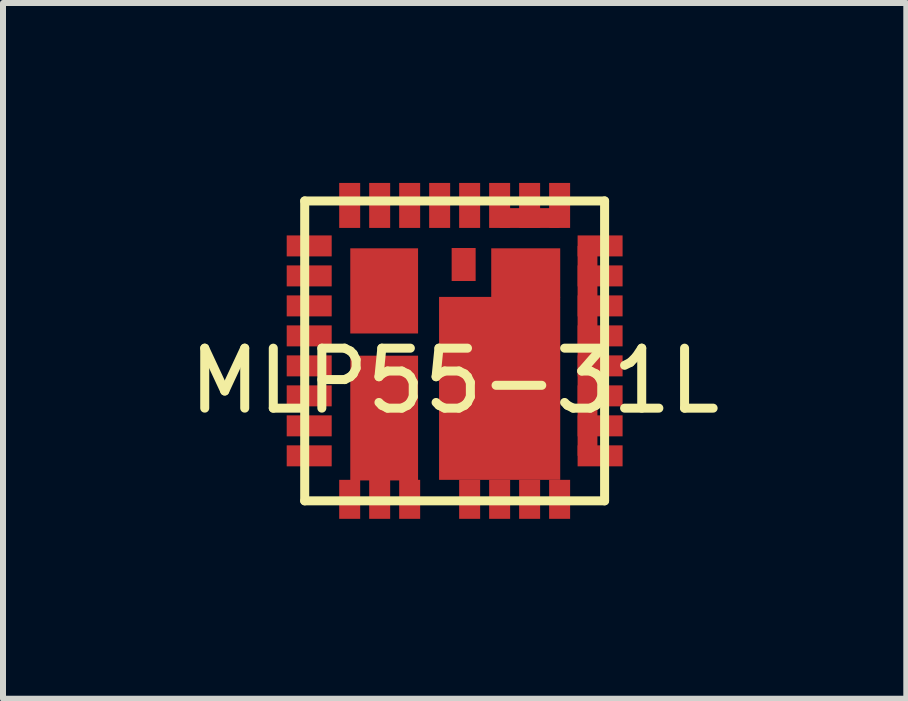
<source format=kicad_pcb>
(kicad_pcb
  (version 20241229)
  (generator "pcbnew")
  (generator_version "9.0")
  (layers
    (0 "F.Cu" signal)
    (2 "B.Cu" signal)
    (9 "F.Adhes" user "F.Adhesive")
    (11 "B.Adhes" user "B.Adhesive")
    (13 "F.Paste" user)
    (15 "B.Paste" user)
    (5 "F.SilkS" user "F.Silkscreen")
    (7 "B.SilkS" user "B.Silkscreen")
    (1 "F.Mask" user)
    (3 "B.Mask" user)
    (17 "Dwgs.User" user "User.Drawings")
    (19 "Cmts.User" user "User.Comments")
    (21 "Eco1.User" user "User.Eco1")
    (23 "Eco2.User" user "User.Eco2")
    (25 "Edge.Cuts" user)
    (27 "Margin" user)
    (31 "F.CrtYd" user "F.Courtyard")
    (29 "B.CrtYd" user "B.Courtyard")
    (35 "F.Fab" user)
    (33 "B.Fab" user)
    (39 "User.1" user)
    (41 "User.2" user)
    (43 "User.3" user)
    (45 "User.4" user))
  (footprint "MLP55-31L"
    (layer "F.Cu")
    (at 4.53 2.8)
    (property "Reference" "MLP55-31L" (at 0 0.5 0) (layer "F.SilkS") (effects (font (size 1 1) (thickness 0.15))))
    (attr through_hole)
    (fp_line (start -2.5 -2.5) (end 2.5 -2.5) (stroke (width 0.15) (type solid)) (layer "F.SilkS"))
    (fp_line (start -2.5 2.5) (end -2.5 -2.5) (stroke (width 0.15) (type solid)) (layer "F.SilkS"))
    (fp_line (start 2.5 -2.5) (end 2.5 2.5) (stroke (width 0.15) (type solid)) (layer "F.SilkS"))
    (fp_line (start 2.5 2.5) (end -2.5 2.5) (stroke (width 0.15) (type solid)) (layer "F.SilkS"))
    (pad "" smd rect (at 1.25 -2.215) (size 1 0.33) (layers "F.Cu" "F.Mask" "F.Paste"))
    (pad "" smd rect (at 2.215 0) (size 0.33 3.5) (layers "F.Cu" "F.Mask" "F.Paste"))
    (pad "1" smd rect (at -2.425 -1.75) (size 0.75 0.35) (layers "F.Cu" "F.Mask" "F.Paste"))
    (pad "2" smd rect (at -2.425 -1.25) (size 0.75 0.35) (layers "F.Cu" "F.Mask" "F.Paste"))
    (pad "3" smd rect (at -2.425 -0.75) (size 0.75 0.35) (layers "F.Cu" "F.Mask" "F.Paste"))
    (pad "4" smd rect (at -2.425 -0.25) (size 0.75 0.35) (layers "F.Cu" "F.Mask" "F.Paste"))
    (pad "5" smd rect (at -2.425 0.25) (size 0.75 0.35) (layers "F.Cu" "F.Mask" "F.Paste"))
    (pad "6" smd rect (at -2.425 0.75) (size 0.75 0.35) (layers "F.Cu" "F.Mask" "F.Paste"))
    (pad "7" smd rect (at -2.425 1.25) (size 0.75 0.35) (layers "F.Cu" "F.Mask" "F.Paste"))
    (pad "8" smd rect (at -2.425 1.75) (size 0.75 0.35) (layers "F.Cu" "F.Mask" "F.Paste"))
    (pad "9" smd rect (at -1.75 2.475) (size 0.35 0.65) (layers "F.Cu" "F.Mask" "F.Paste"))
    (pad "10" smd rect (at -1.25 2.475) (size 0.35 0.65) (layers "F.Cu" "F.Mask" "F.Paste"))
    (pad "11" smd rect (at -0.75 2.475) (size 0.35 0.65) (layers "F.Cu" "F.Mask" "F.Paste"))
    (pad "12" smd rect (at 0.25 2.475) (size 0.35 0.65) (layers "F.Cu" "F.Mask" "F.Paste"))
    (pad "13" smd rect (at 0.75 2.475) (size 0.35 0.65) (layers "F.Cu" "F.Mask" "F.Paste"))
    (pad "14" smd rect (at 1.25 2.475) (size 0.35 0.65) (layers "F.Cu" "F.Mask" "F.Paste"))
    (pad "15" smd rect (at 1.75 2.475) (size 0.35 0.65) (layers "F.Cu" "F.Mask" "F.Paste"))
    (pad "16" smd rect (at 2.425 1.75) (size 0.75 0.35) (layers "F.Cu" "F.Mask" "F.Paste"))
    (pad "17" smd rect (at 2.425 1.25) (size 0.75 0.35) (layers "F.Cu" "F.Mask" "F.Paste"))
    (pad "18" smd rect (at 2.425 0.75) (size 0.75 0.35) (layers "F.Cu" "F.Mask" "F.Paste"))
    (pad "19" smd rect (at 2.425 0.25) (size 0.75 0.35) (layers "F.Cu" "F.Mask" "F.Paste"))
    (pad "20" smd rect (at 2.425 -0.25) (size 0.75 0.35) (layers "F.Cu" "F.Mask" "F.Paste"))
    (pad "21" smd rect (at 2.425 -0.75) (size 0.75 0.35) (layers "F.Cu" "F.Mask" "F.Paste"))
    (pad "22" smd rect (at 2.425 -1.25) (size 0.75 0.35) (layers "F.Cu" "F.Mask" "F.Paste"))
    (pad "23" smd rect (at 2.425 -1.75) (size 0.75 0.35) (layers "F.Cu" "F.Mask" "F.Paste"))
    (pad "24" smd rect (at 1.75 -2.425) (size 0.35 0.75) (layers "F.Cu" "F.Mask" "F.Paste"))
    (pad "25" smd rect (at 1.25 -2.425) (size 0.35 0.75) (layers "F.Cu" "F.Mask" "F.Paste"))
    (pad "26" smd rect (at 0.75 -2.425) (size 0.35 0.75) (layers "F.Cu" "F.Mask" "F.Paste"))
    (pad "27" smd rect (at 0.25 -2.425) (size 0.35 0.75) (layers "F.Cu" "F.Mask" "F.Paste"))
    (pad "28" smd rect (at -0.25 -2.425) (size 0.35 0.75) (layers "F.Cu" "F.Mask" "F.Paste"))
    (pad "29" smd rect (at -0.75 -2.425) (size 0.35 0.75) (layers "F.Cu" "F.Mask" "F.Paste"))
    (pad "30" smd rect (at -1.25 -2.425) (size 0.35 0.75) (layers "F.Cu" "F.Mask" "F.Paste"))
    (pad "31" smd rect (at -1.75 -2.425) (size 0.35 0.75) (layers "F.Cu" "F.Mask" "F.Paste"))
    (pad "32" smd rect (at -1.175 -1) (size 1.13 1.42) (layers "F.Cu" "F.Mask" "F.Paste"))
    (pad "33" smd rect (at 0.15 -1.44) (size 0.4 0.55) (layers "F.Cu" "F.Mask" "F.Paste"))
    (pad "34" smd rect (at -1.175 1.12) (size 1.13 2.08) (layers "F.Cu" "F.Mask" "F.Paste"))
    (pad "35" smd rect (at 0.75 0.625) (size 2.02 3.05) (layers "F.Cu" "F.Mask" "F.Paste"))
    (pad "35" smd rect (at 1.185 -1.3) (size 1.15 0.82) (layers "F.Cu" "F.Mask" "F.Paste")))
  (gr_rect
    (start -3 -3)
    (end 12.06 8.6)
    (stroke (width 0.1) (type default))
    (fill no)
    (layer "Edge.Cuts")))
</source>
